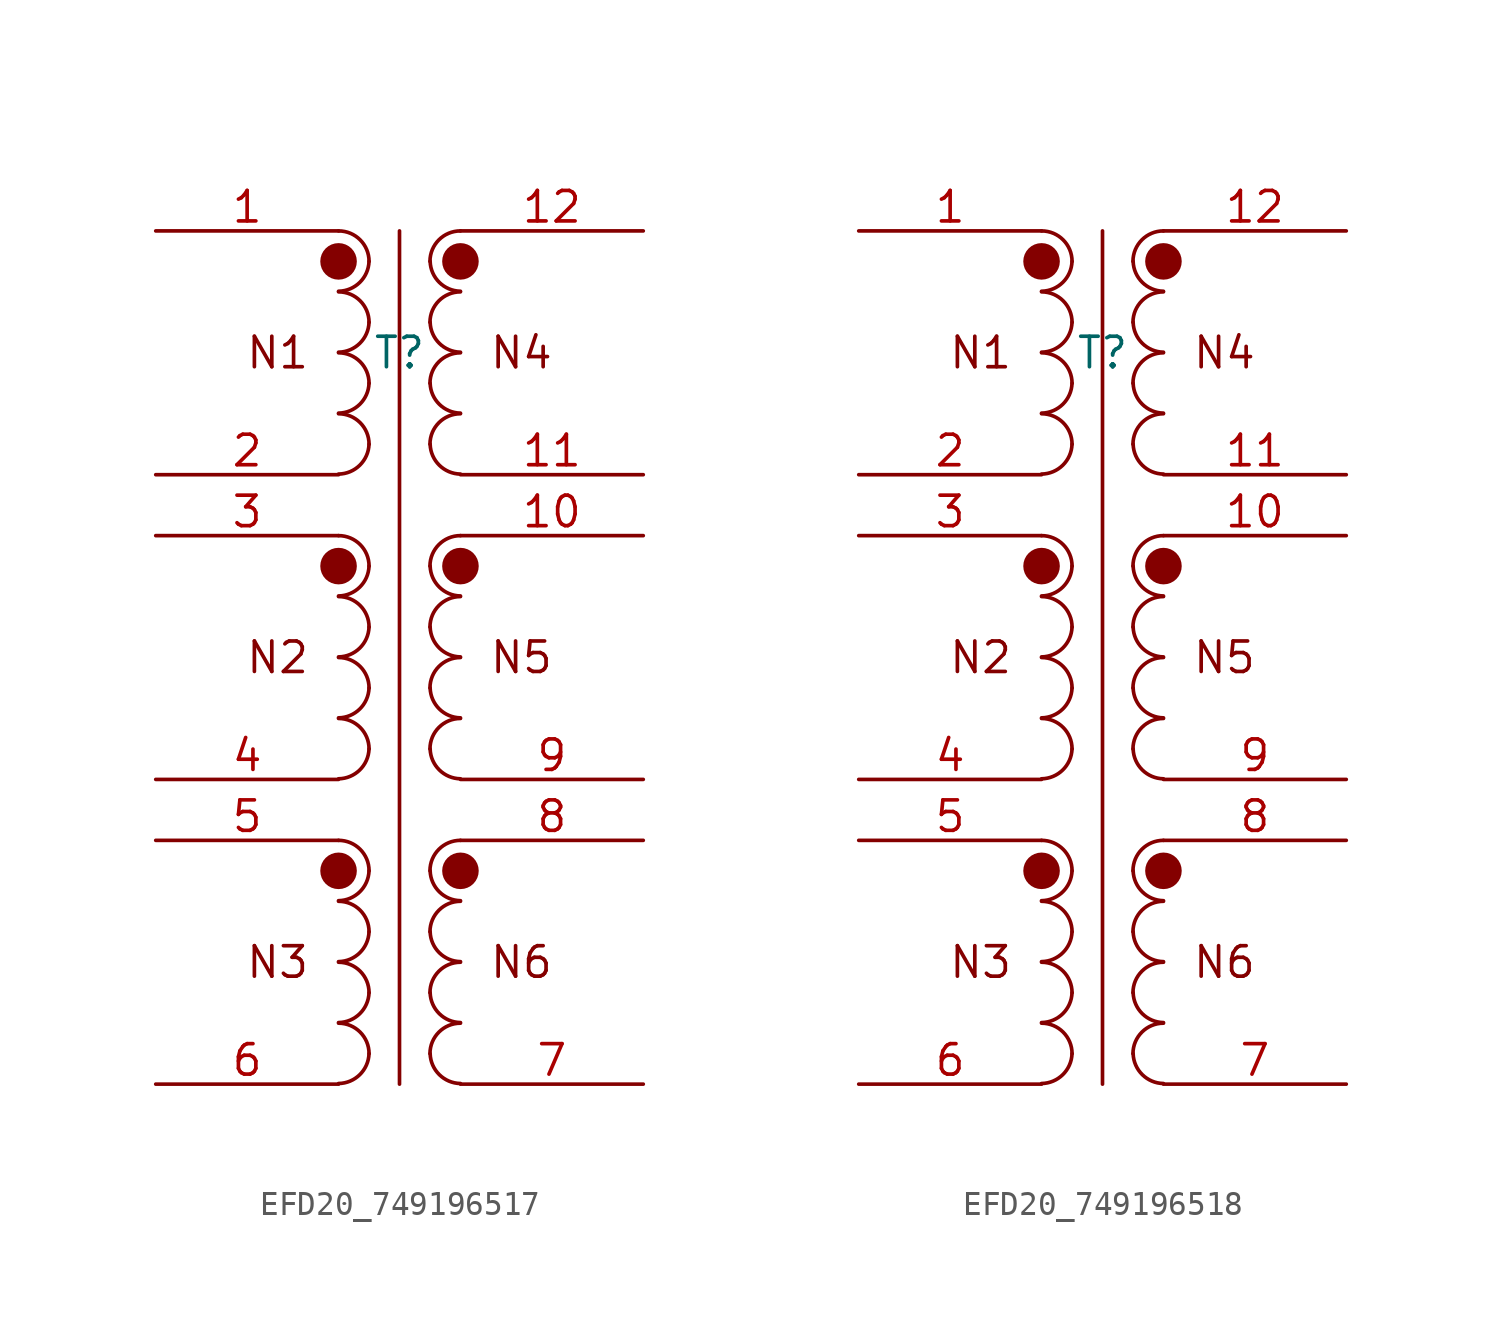
<source format=kicad_sym>
(kicad_symbol_lib
  (version 20220914)
  (generator kicad_symbol_editor)
  (symbol "EFD20_749196517"
    (pin_names hide)
    (property "Reference" "T"
      (at 0 12.7 0)
      (effects (font (size 1.27 1.27))))
    (property "Critical Parameter" ""
      (at 0 -5.08 0)
      (effects (font (size 1.27 1.27)) (justify left)))
    (symbol "EFD20_749196517_0_1"
      (arc (start -2.54 -17.7546) (mid -1.6561 -17.3863) (end -1.27 -16.51) (stroke (width 0) (type default)) (fill (type none)))
      (arc (start -2.54 -15.2146) (mid -1.6561 -14.8463) (end -1.27 -13.97) (stroke (width 0) (type default)) (fill (type none)))
      (arc (start -2.54 -12.6746) (mid -1.6561 -12.3063) (end -1.27 -11.43) (stroke (width 0) (type default)) (fill (type none)))
      (arc (start -2.54 -10.1346) (mid -1.6561 -9.7663) (end -1.27 -8.89) (stroke (width 0) (type default)) (fill (type none)))
      (arc (start -2.54 -5.0546) (mid -1.6561 -4.6863) (end -1.27 -3.81) (stroke (width 0) (type default)) (fill (type none)))
      (arc (start -2.54 -2.5146) (mid -1.6561 -2.1463) (end -1.27 -1.27) (stroke (width 0) (type default)) (fill (type none)))
      (arc (start -2.54 0.0254) (mid -1.6561 0.3937) (end -1.27 1.27) (stroke (width 0) (type default)) (fill (type none)))
      (arc (start -2.54 2.5654) (mid -1.6561 2.9337) (end -1.27 3.81) (stroke (width 0) (type default)) (fill (type none)))
      (arc (start -2.54 7.6454) (mid -1.6561 8.0137) (end -1.27 8.89) (stroke (width 0) (type default)) (fill (type none)))
      (arc (start -2.54 10.1854) (mid -1.6561 10.5537) (end -1.27 11.43) (stroke (width 0) (type default)) (fill (type none)))
      (arc (start -2.54 12.7254) (mid -1.6561 13.0937) (end -1.27 13.97) (stroke (width 0) (type default)) (fill (type none)))
      (arc (start -2.54 15.2654) (mid -1.6561 15.6337) (end -1.27 16.51) (stroke (width 0) (type default)) (fill (type none)))
      (arc (start -1.27 -16.51) (mid -1.642 -15.612) (end -2.54 -15.24) (stroke (width 0) (type default)) (fill (type none)))
      (arc (start -1.27 -13.97) (mid -1.642 -13.072) (end -2.54 -12.7) (stroke (width 0) (type default)) (fill (type none)))
      (arc (start -1.27 -11.43) (mid -1.642 -10.532) (end -2.54 -10.16) (stroke (width 0) (type default)) (fill (type none)))
      (arc (start -1.27 -8.89) (mid -1.642 -7.992) (end -2.54 -7.62) (stroke (width 0) (type default)) (fill (type none)))
      (arc (start -1.27 -3.81) (mid -1.642 -2.912) (end -2.54 -2.54) (stroke (width 0) (type default)) (fill (type none)))
      (arc (start -1.27 -1.27) (mid -1.642 -0.372) (end -2.54 0) (stroke (width 0) (type default)) (fill (type none)))
      (arc (start -1.27 1.27) (mid -1.642 2.168) (end -2.54 2.54) (stroke (width 0) (type default)) (fill (type none)))
      (arc (start -1.27 3.81) (mid -1.642 4.708) (end -2.54 5.08) (stroke (width 0) (type default)) (fill (type none)))
      (arc (start -1.27 8.89) (mid -1.642 9.788) (end -2.54 10.16) (stroke (width 0) (type default)) (fill (type none)))
      (arc (start -1.27 11.43) (mid -1.642 12.328) (end -2.54 12.7) (stroke (width 0) (type default)) (fill (type none)))
      (arc (start -1.27 13.97) (mid -1.642 14.868) (end -2.54 15.24) (stroke (width 0) (type default)) (fill (type none)))
      (arc (start -1.27 16.51) (mid -1.642 17.408) (end -2.54 17.78) (stroke (width 0) (type default)) (fill (type none)))
      (polyline (pts (xy 0 -17.78) (xy 0 17.78)) (stroke (width 0) (type default)) (fill (type none)))
      (arc (start 1.27 -16.51) (mid 1.6561 -17.3863) (end 2.54 -17.7546) (stroke (width 0) (type default)) (fill (type none)))
      (arc (start 1.27 -13.97) (mid 1.6561 -14.8463) (end 2.54 -15.2146) (stroke (width 0) (type default)) (fill (type none)))
      (arc (start 1.27 -11.43) (mid 1.6561 -12.3063) (end 2.54 -12.6746) (stroke (width 0) (type default)) (fill (type none)))
      (arc (start 1.27 -8.89) (mid 1.6561 -9.7663) (end 2.54 -10.1346) (stroke (width 0) (type default)) (fill (type none)))
      (arc (start 1.27 -3.81) (mid 1.6561 -4.6863) (end 2.54 -5.0546) (stroke (width 0) (type default)) (fill (type none)))
      (arc (start 1.27 -1.27) (mid 1.6561 -2.1463) (end 2.54 -2.5146) (stroke (width 0) (type default)) (fill (type none)))
      (arc (start 1.27 1.27) (mid 1.6561 0.3937) (end 2.54 0.0254) (stroke (width 0) (type default)) (fill (type none)))
      (arc (start 1.27 3.81) (mid 1.6561 2.9337) (end 2.54 2.5654) (stroke (width 0) (type default)) (fill (type none)))
      (arc (start 1.27 8.89) (mid 1.6561 8.0137) (end 2.54 7.6454) (stroke (width 0) (type default)) (fill (type none)))
      (arc (start 1.27 11.43) (mid 1.6561 10.5537) (end 2.54 10.1854) (stroke (width 0) (type default)) (fill (type none)))
      (arc (start 1.27 13.97) (mid 1.6561 13.0937) (end 2.54 12.7254) (stroke (width 0) (type default)) (fill (type none)))
      (arc (start 1.27 16.51) (mid 1.6561 15.6337) (end 2.54 15.2654) (stroke (width 0) (type default)) (fill (type none)))
      (arc (start 2.54 -15.24) (mid 1.642 -15.612) (end 1.27 -16.51) (stroke (width 0) (type default)) (fill (type none)))
      (arc (start 2.54 -12.7) (mid 1.642 -13.072) (end 1.27 -13.97) (stroke (width 0) (type default)) (fill (type none)))
      (arc (start 2.54 -10.16) (mid 1.642 -10.532) (end 1.27 -11.43) (stroke (width 0) (type default)) (fill (type none)))
      (arc (start 2.54 -7.62) (mid 1.642 -7.992) (end 1.27 -8.89) (stroke (width 0) (type default)) (fill (type none)))
      (arc (start 2.54 -2.54) (mid 1.642 -2.912) (end 1.27 -3.81) (stroke (width 0) (type default)) (fill (type none)))
      (arc (start 2.54 0) (mid 1.642 -0.372) (end 1.27 -1.27) (stroke (width 0) (type default)) (fill (type none)))
      (arc (start 2.54 2.54) (mid 1.642 2.168) (end 1.27 1.27) (stroke (width 0) (type default)) (fill (type none)))
      (arc (start 2.54 5.08) (mid 1.642 4.708) (end 1.27 3.81) (stroke (width 0) (type default)) (fill (type none)))
      (arc (start 2.54 10.16) (mid 1.642 9.788) (end 1.27 8.89) (stroke (width 0) (type default)) (fill (type none)))
      (arc (start 2.54 12.7) (mid 1.642 12.328) (end 1.27 11.43) (stroke (width 0) (type default)) (fill (type none)))
      (arc (start 2.54 15.24) (mid 1.642 14.868) (end 1.27 13.97) (stroke (width 0) (type default)) (fill (type none)))
      (arc (start 2.54 17.78) (mid 1.642 17.408) (end 1.27 16.51) (stroke (width 0) (type default)) (fill (type none))))
    (symbol "EFD20_749196517_1_1"
      (circle (center -2.54 -8.89) (radius 0.0001) (stroke (width 0.762) (type default)) (fill (type none)))
      (circle (center -2.54 3.81) (radius 0.0001) (stroke (width 0.762) (type default)) (fill (type none)))
      (circle (center -2.54 16.51) (radius 0.0001) (stroke (width 0.762) (type default)) (fill (type none)))
      (circle (center 2.54 -8.89) (radius 0.0001) (stroke (width 0.762) (type default)) (fill (type none)))
      (circle (center 2.54 3.81) (radius 0.0001) (stroke (width 0.762) (type default)) (fill (type none)))
      (circle (center 2.54 16.51) (radius 0.0001) (stroke (width 0.762) (type default)) (fill (type none)))
      (text "N1" (at -5.08 12.7 0) (effects (font (size 1.27 1.27))))
      (text "N2" (at -5.08 0 0) (effects (font (size 1.27 1.27))))
      (text "N3" (at -5.08 -12.7 0) (effects (font (size 1.27 1.27))))
      (text "N4" (at 5.08 12.7 0) (effects (font (size 1.27 1.27))))
      (text "N5" (at 5.08 0 0) (effects (font (size 1.27 1.27))))
      (text "N6" (at 5.08 -12.7 0) (effects (font (size 1.27 1.27))))
      (pin passive line (at -10.16 17.78 0) (length 7.62) (name "1" (effects (font (size 1.27 1.27)))) (number "1" (effects (font (size 1.27 1.27)))))
      (pin passive line (at -10.16 7.62 0) (length 7.62) (name "2" (effects (font (size 1.27 1.27)))) (number "2" (effects (font (size 1.27 1.27)))))
      (pin passive line (at -10.16 5.08 0) (length 7.62) (name "3" (effects (font (size 1.27 1.27)))) (number "3" (effects (font (size 1.27 1.27)))))
      (pin passive line (at -10.16 -5.08 0) (length 7.62) (name "4" (effects (font (size 1.27 1.27)))) (number "4" (effects (font (size 1.27 1.27)))))
      (pin passive line (at -10.16 -7.62 0) (length 7.62) (name "5" (effects (font (size 1.27 1.27)))) (number "5" (effects (font (size 1.27 1.27)))))
      (pin passive line (at -10.16 -17.78 0) (length 7.62) (name "6" (effects (font (size 1.27 1.27)))) (number "6" (effects (font (size 1.27 1.27)))))
      (pin passive line (at 10.16 -17.78 180) (length 7.62) (name "7" (effects (font (size 1.27 1.27)))) (number "7" (effects (font (size 1.27 1.27)))))
      (pin passive line (at 10.16 -7.62 180) (length 7.62) (name "8" (effects (font (size 1.27 1.27)))) (number "8" (effects (font (size 1.27 1.27)))))
      (pin passive line (at 10.16 -5.08 180) (length 7.62) (name "9" (effects (font (size 1.27 1.27)))) (number "9" (effects (font (size 1.27 1.27)))))
      (pin passive line (at 10.16 5.08 180) (length 7.62) (name "10" (effects (font (size 1.27 1.27)))) (number "10" (effects (font (size 1.27 1.27)))))
      (pin passive line (at 10.16 7.62 180) (length 7.62) (name "11" (effects (font (size 1.27 1.27)))) (number "11" (effects (font (size 1.27 1.27)))))
      (pin passive line (at 10.16 17.78 180) (length 7.62) (name "12" (effects (font (size 1.27 1.27)))) (number "12" (effects (font (size 1.27 1.27)))))))
  (symbol "EFD20_749196518"
    (pin_names hide)
    (property "Reference" "T"
      (at 0 12.7 0)
      (effects (font (size 1.27 1.27))))
    (property "Critical Parameter" ""
      (at 0 -5.08 0)
      (effects (font (size 1.27 1.27)) (justify left)))
    (symbol "EFD20_749196518_0_1"
      (arc (start -2.54 -17.7546) (mid -1.6561 -17.3863) (end -1.27 -16.51) (stroke (width 0) (type default)) (fill (type none)))
      (arc (start -2.54 -15.2146) (mid -1.6561 -14.8463) (end -1.27 -13.97) (stroke (width 0) (type default)) (fill (type none)))
      (arc (start -2.54 -12.6746) (mid -1.6561 -12.3063) (end -1.27 -11.43) (stroke (width 0) (type default)) (fill (type none)))
      (arc (start -2.54 -10.1346) (mid -1.6561 -9.7663) (end -1.27 -8.89) (stroke (width 0) (type default)) (fill (type none)))
      (arc (start -2.54 -5.0546) (mid -1.6561 -4.6863) (end -1.27 -3.81) (stroke (width 0) (type default)) (fill (type none)))
      (arc (start -2.54 -2.5146) (mid -1.6561 -2.1463) (end -1.27 -1.27) (stroke (width 0) (type default)) (fill (type none)))
      (arc (start -2.54 0.0254) (mid -1.6561 0.3937) (end -1.27 1.27) (stroke (width 0) (type default)) (fill (type none)))
      (arc (start -2.54 2.5654) (mid -1.6561 2.9337) (end -1.27 3.81) (stroke (width 0) (type default)) (fill (type none)))
      (arc (start -2.54 7.6454) (mid -1.6561 8.0137) (end -1.27 8.89) (stroke (width 0) (type default)) (fill (type none)))
      (arc (start -2.54 10.1854) (mid -1.6561 10.5537) (end -1.27 11.43) (stroke (width 0) (type default)) (fill (type none)))
      (arc (start -2.54 12.7254) (mid -1.6561 13.0937) (end -1.27 13.97) (stroke (width 0) (type default)) (fill (type none)))
      (arc (start -2.54 15.2654) (mid -1.6561 15.6337) (end -1.27 16.51) (stroke (width 0) (type default)) (fill (type none)))
      (arc (start -1.27 -16.51) (mid -1.642 -15.612) (end -2.54 -15.24) (stroke (width 0) (type default)) (fill (type none)))
      (arc (start -1.27 -13.97) (mid -1.642 -13.072) (end -2.54 -12.7) (stroke (width 0) (type default)) (fill (type none)))
      (arc (start -1.27 -11.43) (mid -1.642 -10.532) (end -2.54 -10.16) (stroke (width 0) (type default)) (fill (type none)))
      (arc (start -1.27 -8.89) (mid -1.642 -7.992) (end -2.54 -7.62) (stroke (width 0) (type default)) (fill (type none)))
      (arc (start -1.27 -3.81) (mid -1.642 -2.912) (end -2.54 -2.54) (stroke (width 0) (type default)) (fill (type none)))
      (arc (start -1.27 -1.27) (mid -1.642 -0.372) (end -2.54 0) (stroke (width 0) (type default)) (fill (type none)))
      (arc (start -1.27 1.27) (mid -1.642 2.168) (end -2.54 2.54) (stroke (width 0) (type default)) (fill (type none)))
      (arc (start -1.27 3.81) (mid -1.642 4.708) (end -2.54 5.08) (stroke (width 0) (type default)) (fill (type none)))
      (arc (start -1.27 8.89) (mid -1.642 9.788) (end -2.54 10.16) (stroke (width 0) (type default)) (fill (type none)))
      (arc (start -1.27 11.43) (mid -1.642 12.328) (end -2.54 12.7) (stroke (width 0) (type default)) (fill (type none)))
      (arc (start -1.27 13.97) (mid -1.642 14.868) (end -2.54 15.24) (stroke (width 0) (type default)) (fill (type none)))
      (arc (start -1.27 16.51) (mid -1.642 17.408) (end -2.54 17.78) (stroke (width 0) (type default)) (fill (type none)))
      (polyline (pts (xy 0 -17.78) (xy 0 17.78)) (stroke (width 0) (type default)) (fill (type none)))
      (arc (start 1.27 -16.51) (mid 1.6561 -17.3863) (end 2.54 -17.7546) (stroke (width 0) (type default)) (fill (type none)))
      (arc (start 1.27 -13.97) (mid 1.6561 -14.8463) (end 2.54 -15.2146) (stroke (width 0) (type default)) (fill (type none)))
      (arc (start 1.27 -11.43) (mid 1.6561 -12.3063) (end 2.54 -12.6746) (stroke (width 0) (type default)) (fill (type none)))
      (arc (start 1.27 -8.89) (mid 1.6561 -9.7663) (end 2.54 -10.1346) (stroke (width 0) (type default)) (fill (type none)))
      (arc (start 1.27 -3.81) (mid 1.6561 -4.6863) (end 2.54 -5.0546) (stroke (width 0) (type default)) (fill (type none)))
      (arc (start 1.27 -1.27) (mid 1.6561 -2.1463) (end 2.54 -2.5146) (stroke (width 0) (type default)) (fill (type none)))
      (arc (start 1.27 1.27) (mid 1.6561 0.3937) (end 2.54 0.0254) (stroke (width 0) (type default)) (fill (type none)))
      (arc (start 1.27 3.81) (mid 1.6561 2.9337) (end 2.54 2.5654) (stroke (width 0) (type default)) (fill (type none)))
      (arc (start 1.27 8.89) (mid 1.6561 8.0137) (end 2.54 7.6454) (stroke (width 0) (type default)) (fill (type none)))
      (arc (start 1.27 11.43) (mid 1.6561 10.5537) (end 2.54 10.1854) (stroke (width 0) (type default)) (fill (type none)))
      (arc (start 1.27 13.97) (mid 1.6561 13.0937) (end 2.54 12.7254) (stroke (width 0) (type default)) (fill (type none)))
      (arc (start 1.27 16.51) (mid 1.6561 15.6337) (end 2.54 15.2654) (stroke (width 0) (type default)) (fill (type none)))
      (arc (start 2.54 -15.24) (mid 1.642 -15.612) (end 1.27 -16.51) (stroke (width 0) (type default)) (fill (type none)))
      (arc (start 2.54 -12.7) (mid 1.642 -13.072) (end 1.27 -13.97) (stroke (width 0) (type default)) (fill (type none)))
      (arc (start 2.54 -10.16) (mid 1.642 -10.532) (end 1.27 -11.43) (stroke (width 0) (type default)) (fill (type none)))
      (arc (start 2.54 -7.62) (mid 1.642 -7.992) (end 1.27 -8.89) (stroke (width 0) (type default)) (fill (type none)))
      (arc (start 2.54 -2.54) (mid 1.642 -2.912) (end 1.27 -3.81) (stroke (width 0) (type default)) (fill (type none)))
      (arc (start 2.54 0) (mid 1.642 -0.372) (end 1.27 -1.27) (stroke (width 0) (type default)) (fill (type none)))
      (arc (start 2.54 2.54) (mid 1.642 2.168) (end 1.27 1.27) (stroke (width 0) (type default)) (fill (type none)))
      (arc (start 2.54 5.08) (mid 1.642 4.708) (end 1.27 3.81) (stroke (width 0) (type default)) (fill (type none)))
      (arc (start 2.54 10.16) (mid 1.642 9.788) (end 1.27 8.89) (stroke (width 0) (type default)) (fill (type none)))
      (arc (start 2.54 12.7) (mid 1.642 12.328) (end 1.27 11.43) (stroke (width 0) (type default)) (fill (type none)))
      (arc (start 2.54 15.24) (mid 1.642 14.868) (end 1.27 13.97) (stroke (width 0) (type default)) (fill (type none)))
      (arc (start 2.54 17.78) (mid 1.642 17.408) (end 1.27 16.51) (stroke (width 0) (type default)) (fill (type none))))
    (symbol "EFD20_749196518_1_1"
      (circle (center -2.54 -8.89) (radius 0.0001) (stroke (width 0.762) (type default)) (fill (type none)))
      (circle (center -2.54 3.81) (radius 0.0001) (stroke (width 0.762) (type default)) (fill (type none)))
      (circle (center -2.54 16.51) (radius 0.0001) (stroke (width 0.762) (type default)) (fill (type none)))
      (circle (center 2.54 -8.89) (radius 0.0001) (stroke (width 0.762) (type default)) (fill (type none)))
      (circle (center 2.54 3.81) (radius 0.0001) (stroke (width 0.762) (type default)) (fill (type none)))
      (circle (center 2.54 16.51) (radius 0.0001) (stroke (width 0.762) (type default)) (fill (type none)))
      (text "N1" (at -5.08 12.7 0) (effects (font (size 1.27 1.27))))
      (text "N2" (at -5.08 0 0) (effects (font (size 1.27 1.27))))
      (text "N3" (at -5.08 -12.7 0) (effects (font (size 1.27 1.27))))
      (text "N4" (at 5.08 12.7 0) (effects (font (size 1.27 1.27))))
      (text "N5" (at 5.08 0 0) (effects (font (size 1.27 1.27))))
      (text "N6" (at 5.08 -12.7 0) (effects (font (size 1.27 1.27))))
      (pin passive line (at -10.16 17.78 0) (length 7.62) (name "1" (effects (font (size 1.27 1.27)))) (number "1" (effects (font (size 1.27 1.27)))))
      (pin passive line (at -10.16 7.62 0) (length 7.62) (name "2" (effects (font (size 1.27 1.27)))) (number "2" (effects (font (size 1.27 1.27)))))
      (pin passive line (at -10.16 5.08 0) (length 7.62) (name "3" (effects (font (size 1.27 1.27)))) (number "3" (effects (font (size 1.27 1.27)))))
      (pin passive line (at -10.16 -5.08 0) (length 7.62) (name "4" (effects (font (size 1.27 1.27)))) (number "4" (effects (font (size 1.27 1.27)))))
      (pin passive line (at -10.16 -7.62 0) (length 7.62) (name "5" (effects (font (size 1.27 1.27)))) (number "5" (effects (font (size 1.27 1.27)))))
      (pin passive line (at -10.16 -17.78 0) (length 7.62) (name "6" (effects (font (size 1.27 1.27)))) (number "6" (effects (font (size 1.27 1.27)))))
      (pin passive line (at 10.16 -17.78 180) (length 7.62) (name "7" (effects (font (size 1.27 1.27)))) (number "7" (effects (font (size 1.27 1.27)))))
      (pin passive line (at 10.16 -7.62 180) (length 7.62) (name "8" (effects (font (size 1.27 1.27)))) (number "8" (effects (font (size 1.27 1.27)))))
      (pin passive line (at 10.16 -5.08 180) (length 7.62) (name "9" (effects (font (size 1.27 1.27)))) (number "9" (effects (font (size 1.27 1.27)))))
      (pin passive line (at 10.16 5.08 180) (length 7.62) (name "10" (effects (font (size 1.27 1.27)))) (number "10" (effects (font (size 1.27 1.27)))))
      (pin passive line (at 10.16 7.62 180) (length 7.62) (name "11" (effects (font (size 1.27 1.27)))) (number "11" (effects (font (size 1.27 1.27)))))
      (pin passive line (at 10.16 17.78 180) (length 7.62) (name "12" (effects (font (size 1.27 1.27)))) (number "12" (effects (font (size 1.27 1.27))))))))
</source>
